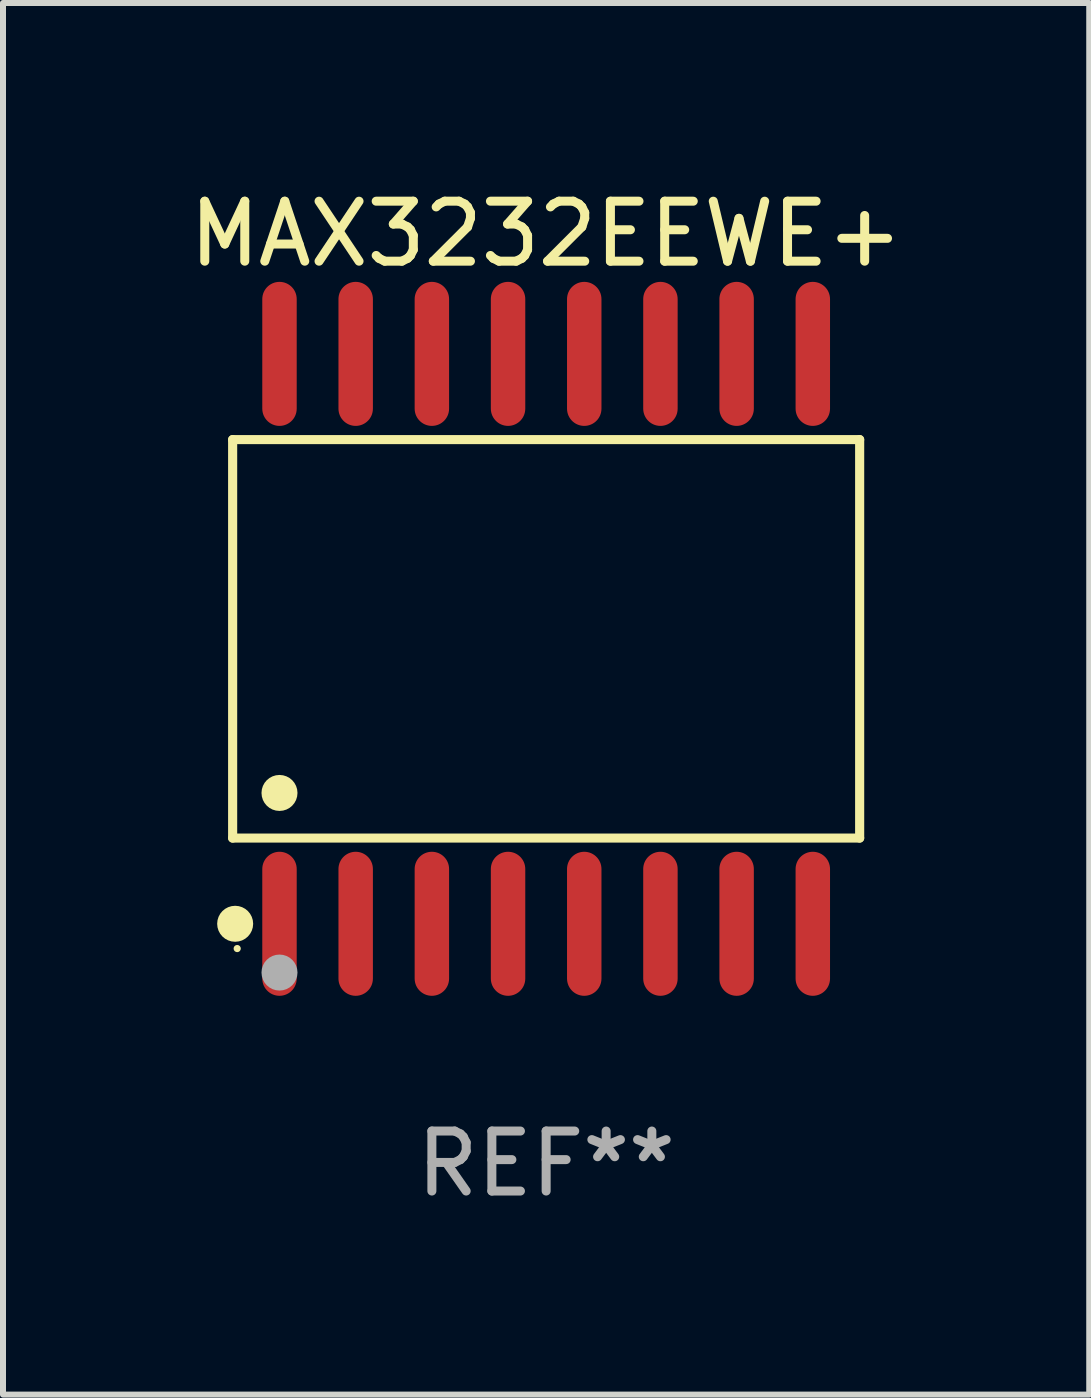
<source format=kicad_pcb>
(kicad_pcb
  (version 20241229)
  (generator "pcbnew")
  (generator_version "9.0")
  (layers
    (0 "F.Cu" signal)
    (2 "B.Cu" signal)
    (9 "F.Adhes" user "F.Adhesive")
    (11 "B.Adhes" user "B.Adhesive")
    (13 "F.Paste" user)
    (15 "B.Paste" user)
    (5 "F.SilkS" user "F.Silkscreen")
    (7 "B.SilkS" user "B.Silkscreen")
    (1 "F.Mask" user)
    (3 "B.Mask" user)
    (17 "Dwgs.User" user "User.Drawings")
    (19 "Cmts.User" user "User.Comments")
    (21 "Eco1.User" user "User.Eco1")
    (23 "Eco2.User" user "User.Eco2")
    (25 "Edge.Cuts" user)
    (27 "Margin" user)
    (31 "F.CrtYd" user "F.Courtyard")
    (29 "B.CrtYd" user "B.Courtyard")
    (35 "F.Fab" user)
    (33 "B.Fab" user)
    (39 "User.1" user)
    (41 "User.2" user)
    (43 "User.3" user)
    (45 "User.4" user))
  (footprint "MAX3232EEWE+"
    (layer "F.Cu")
    (at 6.054 7.599)
    (property "Reference" "MAX3232EEWE+" (at 0 -6.75 0) (layer "F.SilkS") (effects (font (size 1 1) (thickness 0.15))))
    (attr through_hole)
    (fp_line (start -5.226 -3.321) (end 5.226 -3.321) (stroke (width 0.152) (type solid)) (layer "F.SilkS"))
    (fp_line (start -5.226 3.321) (end -5.226 -3.321) (stroke (width 0.152) (type solid)) (layer "F.SilkS"))
    (fp_line (start 5.226 -3.321) (end 5.226 3.321) (stroke (width 0.152) (type solid)) (layer "F.SilkS"))
    (fp_line (start 5.226 3.321) (end -5.226 3.321) (stroke (width 0.152) (type solid)) (layer "F.SilkS"))
    (fp_circle (center -5.184 4.75) (end -5.034 4.75) (stroke (width 0.3) (type solid)) (fill no) (layer "F.SilkS"))
    (fp_circle (center -5.15 5.163) (end -5.12 5.163) (stroke (width 0.06) (type solid)) (fill no) (layer "F.SilkS"))
    (fp_circle (center -4.445 2.569) (end -4.295 2.569) (stroke (width 0.3) (type solid)) (fill no) (layer "F.SilkS"))
    (fp_circle (center -4.445 5.563) (end -4.295 5.563) (stroke (width 0.3) (type solid)) (fill no) (layer "F.Fab"))
    (fp_text user "REF**" (at 0 8.75 0) (layer "F.Fab") (effects (font (size 1 1) (thickness 0.15))))
    (pad "1" smd oval (at -4.445 4.75) (size 0.574 2.401) (layers "F.Cu" "F.Mask" "F.Paste"))
    (pad "2" smd oval (at -3.175 4.75) (size 0.574 2.401) (layers "F.Cu" "F.Mask" "F.Paste"))
    (pad "3" smd oval (at -1.905 4.75) (size 0.574 2.401) (layers "F.Cu" "F.Mask" "F.Paste"))
    (pad "4" smd oval (at -0.635 4.75) (size 0.574 2.401) (layers "F.Cu" "F.Mask" "F.Paste"))
    (pad "5" smd oval (at 0.635 4.75) (size 0.574 2.401) (layers "F.Cu" "F.Mask" "F.Paste"))
    (pad "6" smd oval (at 1.905 4.75) (size 0.574 2.401) (layers "F.Cu" "F.Mask" "F.Paste"))
    (pad "7" smd oval (at 3.175 4.75) (size 0.574 2.401) (layers "F.Cu" "F.Mask" "F.Paste"))
    (pad "8" smd oval (at 4.445 4.75) (size 0.574 2.401) (layers "F.Cu" "F.Mask" "F.Paste"))
    (pad "9" smd oval (at 4.445 -4.75) (size 0.574 2.401) (layers "F.Cu" "F.Mask" "F.Paste"))
    (pad "10" smd oval (at 3.175 -4.75) (size 0.574 2.401) (layers "F.Cu" "F.Mask" "F.Paste"))
    (pad "11" smd oval (at 1.905 -4.75) (size 0.574 2.401) (layers "F.Cu" "F.Mask" "F.Paste"))
    (pad "12" smd oval (at 0.635 -4.75) (size 0.574 2.401) (layers "F.Cu" "F.Mask" "F.Paste"))
    (pad "13" smd oval (at -0.635 -4.75) (size 0.574 2.401) (layers "F.Cu" "F.Mask" "F.Paste"))
    (pad "14" smd oval (at -1.905 -4.75) (size 0.574 2.401) (layers "F.Cu" "F.Mask" "F.Paste"))
    (pad "15" smd oval (at -3.175 -4.75) (size 0.574 2.401) (layers "F.Cu" "F.Mask" "F.Paste"))
    (pad "16" smd oval (at -4.445 -4.75) (size 0.574 2.401) (layers "F.Cu" "F.Mask" "F.Paste")))
  (gr_rect
    (start -3 -3)
    (end 15.107 20.197)
    (stroke (width 0.1) (type default))
    (fill no)
    (layer "Edge.Cuts")))
</source>
